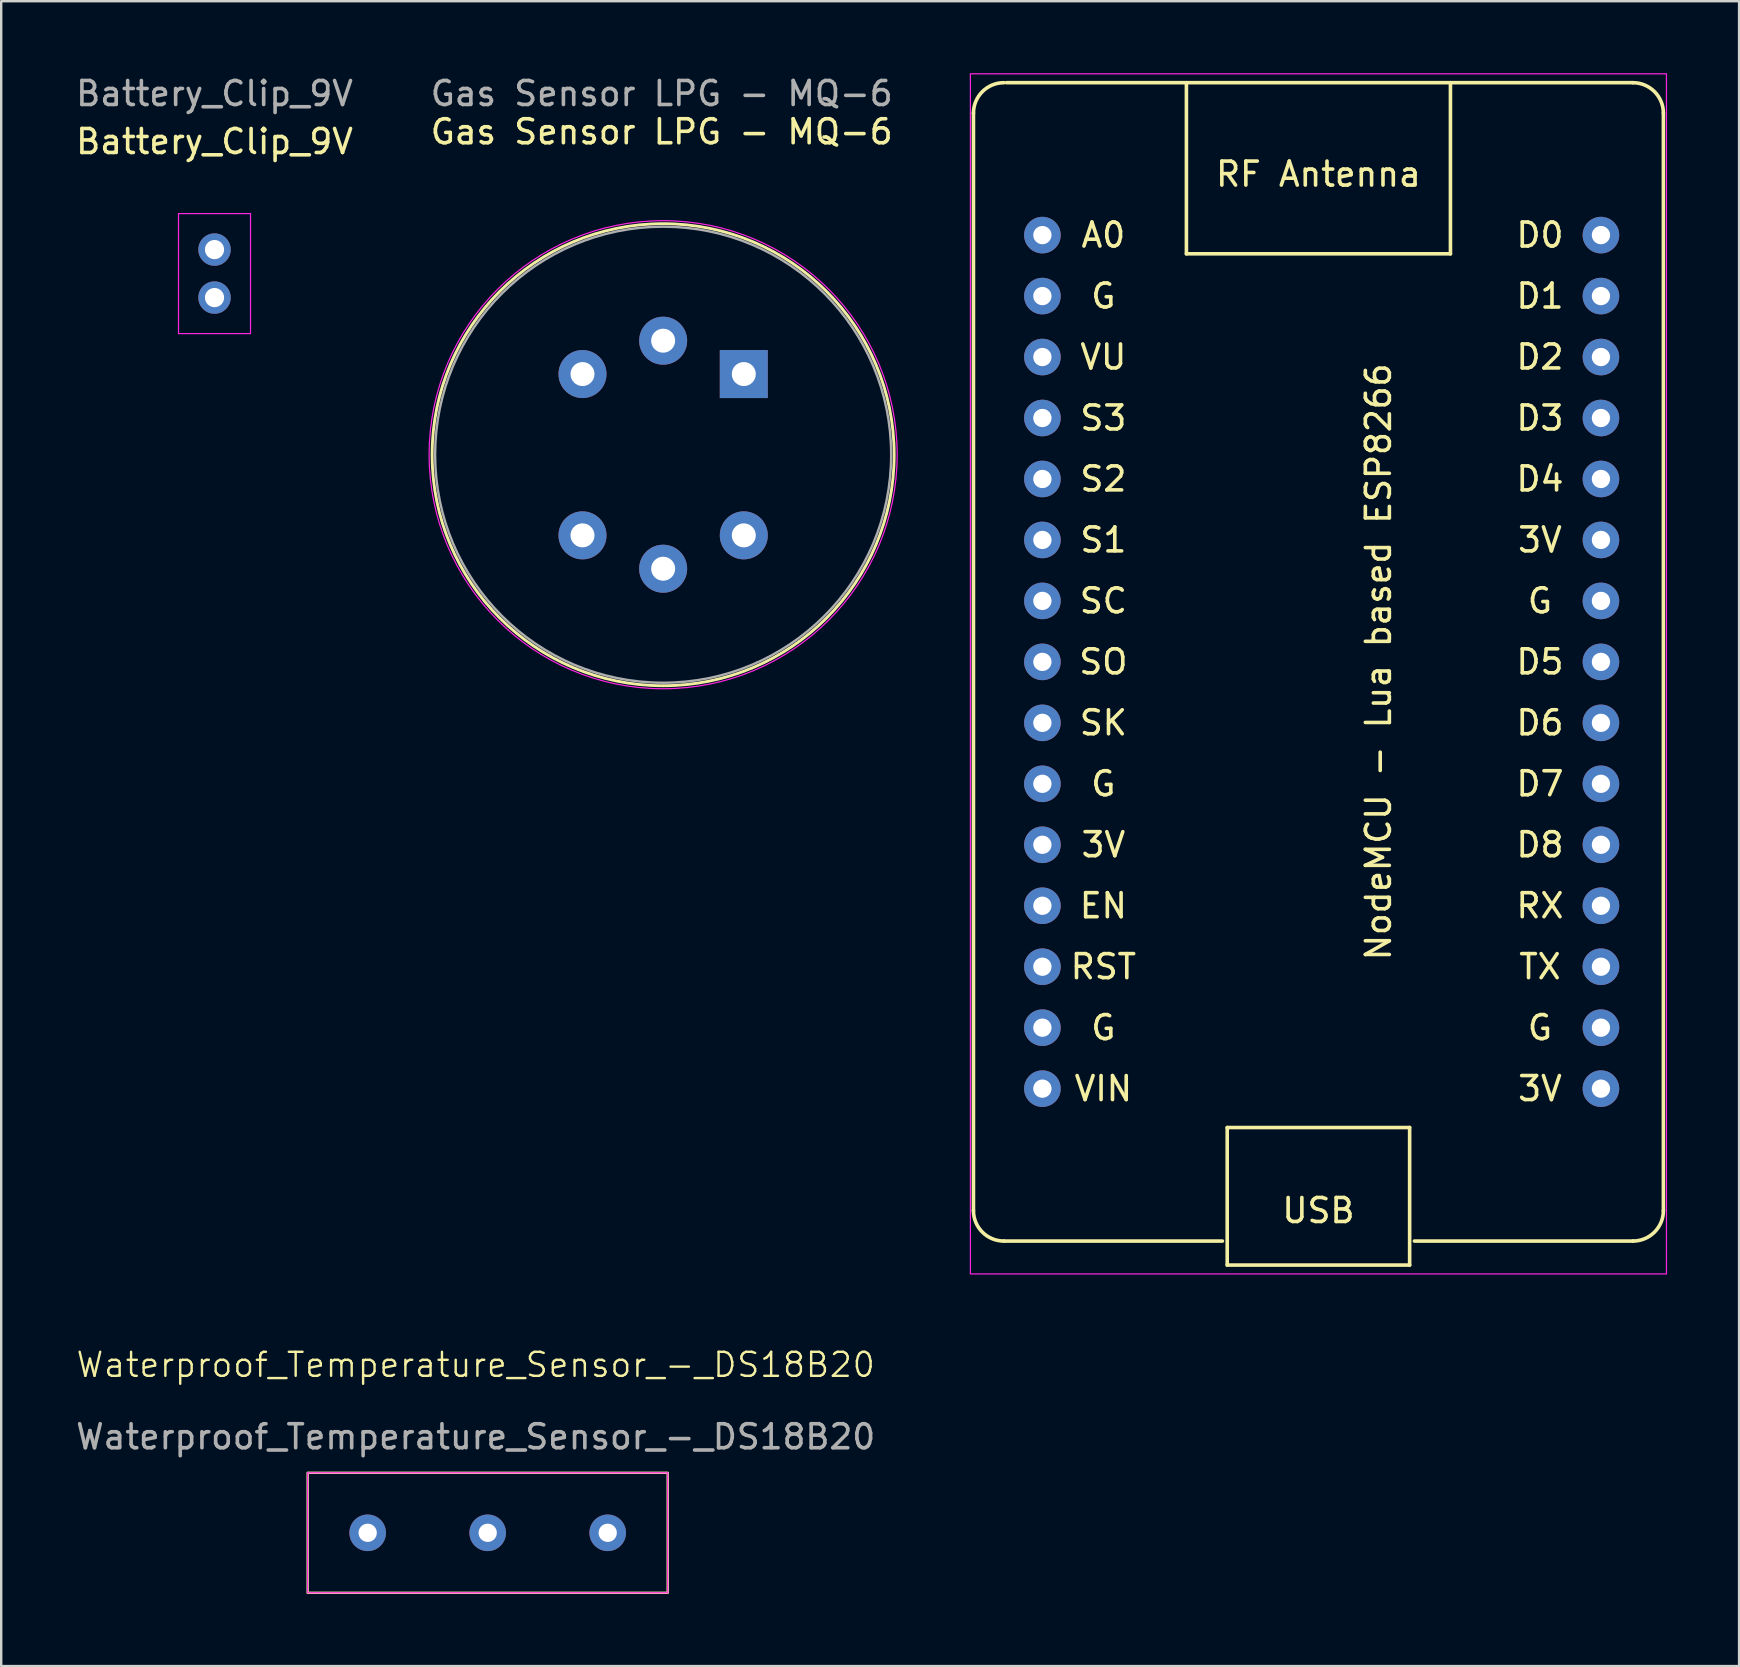
<source format=kicad_pcb>
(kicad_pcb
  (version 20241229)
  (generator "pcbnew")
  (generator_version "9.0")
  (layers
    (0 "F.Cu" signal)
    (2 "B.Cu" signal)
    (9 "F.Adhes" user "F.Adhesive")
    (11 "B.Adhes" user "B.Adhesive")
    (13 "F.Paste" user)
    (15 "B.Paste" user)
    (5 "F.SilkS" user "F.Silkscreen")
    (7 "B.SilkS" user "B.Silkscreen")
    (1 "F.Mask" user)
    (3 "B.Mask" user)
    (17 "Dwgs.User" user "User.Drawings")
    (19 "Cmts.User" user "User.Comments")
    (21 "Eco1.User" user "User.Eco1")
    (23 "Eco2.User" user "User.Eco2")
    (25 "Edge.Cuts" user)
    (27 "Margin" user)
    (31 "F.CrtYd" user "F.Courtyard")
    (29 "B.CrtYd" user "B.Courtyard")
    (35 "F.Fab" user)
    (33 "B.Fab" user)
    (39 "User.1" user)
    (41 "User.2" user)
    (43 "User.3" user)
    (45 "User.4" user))
  (footprint "NodeMCU - Lua based ESP8266"
    (layer "F.Cu")
    (at 51.878 24.525)
    (property "Reference" "NodeMCU - Lua based ESP8266" (at 2.5 0 90) (layer "F.SilkS") (effects (font (size 1 1) (thickness 0.15))))
    (attr through_hole)
    (fp_line (start -14.372 -22.86) (end -14.372 22.86) (stroke (width 0.15) (type solid)) (layer "F.SilkS"))
    (fp_line (start -5.5 -17) (end -5.5 -24.13) (stroke (width 0.15) (type solid)) (layer "F.SilkS"))
    (fp_line (start -4 24.13) (end -13.102 24.13) (stroke (width 0.15) (type solid)) (layer "F.SilkS"))
    (fp_line (start -3.8 19.4) (end 3.8 19.4) (stroke (width 0.15) (type solid)) (layer "F.SilkS"))
    (fp_line (start -3.8 25.13) (end -3.8 19.4) (stroke (width 0.15) (type solid)) (layer "F.SilkS"))
    (fp_line (start 3.8 19.4) (end 3.8 25.13) (stroke (width 0.15) (type solid)) (layer "F.SilkS"))
    (fp_line (start 3.8 25.13) (end -3.8 25.13) (stroke (width 0.15) (type solid)) (layer "F.SilkS"))
    (fp_line (start 5.5 -24.13) (end 5.5 -17) (stroke (width 0.15) (type solid)) (layer "F.SilkS"))
    (fp_line (start 5.5 -17) (end -5.5 -17) (stroke (width 0.15) (type solid)) (layer "F.SilkS"))
    (fp_line (start 13.102 -24.13) (end -13 -24.13) (stroke (width 0.15) (type solid)) (layer "F.SilkS"))
    (fp_line (start 13.112 24.13) (end 4 24.13) (stroke (width 0.15) (type solid)) (layer "F.SilkS"))
    (fp_line (start 14.372 -22.86) (end 14.372 22.86) (stroke (width 0.15) (type solid)) (layer "F.SilkS"))
    (fp_arc (start -14.371974 -22.86) (mid -14 -23.758026) (end -13.101974 -24.13) (stroke (width 0.15) (type solid)) (layer "F.SilkS"))
    (fp_arc (start -13.101974 24.13) (mid -14 23.758026) (end -14.371974 22.86) (stroke (width 0.15) (type solid)) (layer "F.SilkS"))
    (fp_arc (start 13.101974 -24.13) (mid 14.000003 -23.758029) (end 14.371974 -22.86) (stroke (width 0.15) (type solid)) (layer "F.SilkS"))
    (fp_arc (start 14.371974 22.86) (mid 14.000003 23.758029) (end 13.101974 24.13) (stroke (width 0.15) (type solid)) (layer "F.SilkS"))
    (fp_rect (start -14.5 -24.5) (end 14.5 25.5) (stroke (width 0.05) (type default)) (fill no) (layer "F.CrtYd"))
    (fp_text user "3V" (at 9.23 17.78 0) (layer "F.SilkS") (effects (font (size 1 1) (thickness 0.15))))
    (fp_text user "D2" (at 9.23 -12.7 0) (layer "F.SilkS") (effects (font (size 1 1) (thickness 0.15))))
    (fp_text user "TX" (at 9.23 12.7 0) (layer "F.SilkS") (effects (font (size 1 1) (thickness 0.15))))
    (fp_text user "VU" (at -8.96 -12.7 0) (layer "F.SilkS") (effects (font (size 1 1) (thickness 0.15))))
    (fp_text user "RF Antenna" (at 0 -20.32 0) (layer "F.SilkS") (effects (font (size 1 1) (thickness 0.15))))
    (fp_text user "G" (at 9.23 -2.54 0) (layer "F.SilkS") (effects (font (size 1 1) (thickness 0.15))))
    (fp_text user "3V" (at -8.96 7.62 0) (layer "F.SilkS") (effects (font (size 1 1) (thickness 0.15))))
    (fp_text user "SK" (at -8.96 2.54 0) (layer "F.SilkS") (effects (font (size 1 1) (thickness 0.15))))
    (fp_text user "G" (at -8.96 15.24 0) (layer "F.SilkS") (effects (font (size 1 1) (thickness 0.15))))
    (fp_text user "A0" (at -8.96 -17.78 0) (layer "F.SilkS") (effects (font (size 1 1) (thickness 0.15))))
    (fp_text user "G" (at -8.96 -15.24 0) (layer "F.SilkS") (effects (font (size 1 1) (thickness 0.15))))
    (fp_text user "SC" (at -8.96 -2.54 0) (layer "F.SilkS") (effects (font (size 1 1) (thickness 0.15))))
    (fp_text user "RX" (at 9.23 10.16 0) (layer "F.SilkS") (effects (font (size 1 1) (thickness 0.15))))
    (fp_text user "VIN" (at -8.96 17.78 0) (layer "F.SilkS") (effects (font (size 1 1) (thickness 0.15))))
    (fp_text user "USB" (at 0 22.86 0) (layer "F.SilkS") (effects (font (size 1 1) (thickness 0.15))))
    (fp_text user "D5" (at 9.23 0 0) (layer "F.SilkS") (effects (font (size 1 1) (thickness 0.15))))
    (fp_text user "EN" (at -8.96 10.16 0) (layer "F.SilkS") (effects (font (size 1 1) (thickness 0.15))))
    (fp_text user "S2" (at -8.96 -7.62 0) (layer "F.SilkS") (effects (font (size 1 1) (thickness 0.15))))
    (fp_text user "S1" (at -8.96 -5.08 0) (layer "F.SilkS") (effects (font (size 1 1) (thickness 0.15))))
    (fp_text user "D8" (at 9.23 7.62 0) (layer "F.SilkS") (effects (font (size 1 1) (thickness 0.15))))
    (fp_text user "D4" (at 9.23 -7.62 0) (layer "F.SilkS") (effects (font (size 1 1) (thickness 0.15))))
    (fp_text user "D0" (at 9.23 -17.78 0) (layer "F.SilkS") (effects (font (size 1 1) (thickness 0.15))))
    (fp_text user "D6" (at 9.23 2.54 0) (layer "F.SilkS") (effects (font (size 1 1) (thickness 0.15))))
    (fp_text user "D3" (at 9.23 -10.16 0) (layer "F.SilkS") (effects (font (size 1 1) (thickness 0.15))))
    (fp_text user "D1" (at 9.23 -15.24 0) (layer "F.SilkS") (effects (font (size 1 1) (thickness 0.15))))
    (fp_text user "RST" (at -8.96 12.7 0) (layer "F.SilkS") (effects (font (size 1 1) (thickness 0.15))))
    (fp_text user "S3" (at -8.96 -10.16 0) (layer "F.SilkS") (effects (font (size 1 1) (thickness 0.15))))
    (fp_text user "SO" (at -8.96 0 0) (layer "F.SilkS") (effects (font (size 1 1) (thickness 0.15))))
    (fp_text user "G" (at -8.96 5.08 0) (layer "F.SilkS") (effects (font (size 1 1) (thickness 0.15))))
    (fp_text user "G" (at 9.23 15.24 0) (layer "F.SilkS") (effects (font (size 1 1) (thickness 0.15))))
    (fp_text user "3V" (at 9.23 -5.08 0) (layer "F.SilkS") (effects (font (size 1 1) (thickness 0.15))))
    (fp_text user "D7" (at 9.23 5.08 0) (layer "F.SilkS") (effects (font (size 1 1) (thickness 0.15))))
    (pad "1" thru_hole circle (at -11.5 -17.78) (size 1.524 1.524) (drill 0.762) (layers "*.Cu" "*.Mask"))
    (pad "2" thru_hole circle (at -11.5 -15.24) (size 1.524 1.524) (drill 0.762) (layers "*.Cu" "*.Mask"))
    (pad "3" thru_hole circle (at -11.5 -12.7) (size 1.524 1.524) (drill 0.762) (layers "*.Cu" "*.Mask"))
    (pad "4" thru_hole circle (at -11.5 -10.16) (size 1.524 1.524) (drill 0.762) (layers "*.Cu" "*.Mask"))
    (pad "5" thru_hole circle (at -11.5 -7.62) (size 1.524 1.524) (drill 0.762) (layers "*.Cu" "*.Mask"))
    (pad "6" thru_hole circle (at -11.5 -5.08) (size 1.524 1.524) (drill 0.762) (layers "*.Cu" "*.Mask"))
    (pad "7" thru_hole circle (at -11.5 -2.54) (size 1.524 1.524) (drill 0.762) (layers "*.Cu" "*.Mask"))
    (pad "8" thru_hole circle (at -11.5 0) (size 1.524 1.524) (drill 0.762) (layers "*.Cu" "*.Mask"))
    (pad "9" thru_hole circle (at -11.5 2.54) (size 1.524 1.524) (drill 0.762) (layers "*.Cu" "*.Mask"))
    (pad "10" thru_hole circle (at -11.5 5.08) (size 1.524 1.524) (drill 0.762) (layers "*.Cu" "*.Mask"))
    (pad "11" thru_hole circle (at -11.5 7.62) (size 1.524 1.524) (drill 0.762) (layers "*.Cu" "*.Mask"))
    (pad "12" thru_hole circle (at -11.5 10.16) (size 1.524 1.524) (drill 0.762) (layers "*.Cu" "*.Mask"))
    (pad "13" thru_hole circle (at -11.5 12.7) (size 1.524 1.524) (drill 0.762) (layers "*.Cu" "*.Mask"))
    (pad "14" thru_hole circle (at -11.5 15.24) (size 1.524 1.524) (drill 0.762) (layers "*.Cu" "*.Mask"))
    (pad "15" thru_hole circle (at -11.5 17.78) (size 1.524 1.524) (drill 0.762) (layers "*.Cu" "*.Mask"))
    (pad "16" thru_hole circle (at 11.77 17.78) (size 1.524 1.524) (drill 0.762) (layers "*.Cu" "*.Mask"))
    (pad "17" thru_hole circle (at 11.77 15.24) (size 1.524 1.524) (drill 0.762) (layers "*.Cu" "*.Mask"))
    (pad "18" thru_hole circle (at 11.77 12.7) (size 1.524 1.524) (drill 0.762) (layers "*.Cu" "*.Mask"))
    (pad "19" thru_hole circle (at 11.77 10.16) (size 1.524 1.524) (drill 0.762) (layers "*.Cu" "*.Mask"))
    (pad "20" thru_hole circle (at 11.77 7.62) (size 1.524 1.524) (drill 0.762) (layers "*.Cu" "*.Mask"))
    (pad "21" thru_hole circle (at 11.77 5.08) (size 1.524 1.524) (drill 0.762) (layers "*.Cu" "*.Mask"))
    (pad "22" thru_hole circle (at 11.77 2.54) (size 1.524 1.524) (drill 0.762) (layers "*.Cu" "*.Mask"))
    (pad "23" thru_hole circle (at 11.77 0) (size 1.524 1.524) (drill 0.762) (layers "*.Cu" "*.Mask"))
    (pad "24" thru_hole circle (at 11.77 -2.54) (size 1.524 1.524) (drill 0.762) (layers "*.Cu" "*.Mask"))
    (pad "25" thru_hole circle (at 11.77 -5.08) (size 1.524 1.524) (drill 0.762) (layers "*.Cu" "*.Mask"))
    (pad "26" thru_hole circle (at 11.77 -7.62) (size 1.524 1.524) (drill 0.762) (layers "*.Cu" "*.Mask"))
    (pad "27" thru_hole circle (at 11.77 -10.16) (size 1.524 1.524) (drill 0.762) (layers "*.Cu" "*.Mask"))
    (pad "28" thru_hole circle (at 11.77 -12.7) (size 1.524 1.524) (drill 0.762) (layers "*.Cu" "*.Mask"))
    (pad "29" thru_hole circle (at 11.77 -15.24) (size 1.524 1.524) (drill 0.762) (layers "*.Cu" "*.Mask"))
    (pad "30" thru_hole circle (at 11.77 -17.78) (size 1.524 1.524) (drill 0.762) (layers "*.Cu" "*.Mask")))
  (footprint "Gas Sensor LPG - MQ-6"
    (layer "F.Cu")
    (at 24.518 15.941)
    (property "Reference" "Gas Sensor LPG - MQ-6" (at 0 -13.5 180) (layer "F.SilkS") (effects (font (size 1 1) (thickness 0.15))))
    (attr through_hole)
    (fp_circle (center 0.06 -0.047) (end 9.685 -0.047) (stroke (width 0.12) (type solid)) (fill no) (layer "F.SilkS"))
    (fp_circle (center 0.06 -0.047) (end 9.81 -0.047) (stroke (width 0.05) (type solid)) (fill no) (layer "F.CrtYd"))
    (fp_circle (center 0.06 -0.047) (end 9.56 -0.047) (stroke (width 0.1) (type solid)) (fill no) (layer "F.Fab"))
    (fp_text user "${REFERENCE}" (at 0 -15.093 180) (layer "F.Fab") (effects (font (size 1 1) (thickness 0.15))))
    (pad "1" thru_hole circle (at -3.3 -3.407) (size 2 2) (drill 1) (layers "*.Cu" "*.Mask"))
    (pad "2" thru_hole circle (at 0.06 -4.797 270) (size 2 2) (drill 1) (layers "*.Cu" "*.Mask"))
    (pad "3" thru_hole rect (at 3.42 -3.407 270) (size 2 2) (drill 1) (layers "*.Cu" "*.Mask"))
    (pad "4" thru_hole circle (at 3.42 3.313 180) (size 2 2) (drill 1) (layers "*.Cu" "*.Mask"))
    (pad "5" thru_hole circle (at 0.06 4.703 270) (size 2 2) (drill 1) (layers "*.Cu" "*.Mask"))
    (pad "6" thru_hole circle (at -3.3 3.313 90) (size 2 2) (drill 1) (layers "*.Cu" "*.Mask")))
  (footprint "Waterproof_Temperature_Sensor_-_DS18B20"
    (layer "F.Cu")
    (at 16.768 54.31)
    (property "Reference" "Waterproof_Temperature_Sensor_-_DS18B20" (at 0 -0.5 0) (unlocked yes) (layer "F.SilkS") (effects (font (size 1 1) (thickness 0.1))))
    (attr through_hole)
    (fp_rect (start -7 4) (end 8 9) (stroke (width 0.1) (type default)) (fill no) (layer "F.SilkS"))
    (fp_rect (start -7 4) (end 8 9) (stroke (width 0.05) (type default)) (fill no) (layer "F.CrtYd"))
    (fp_text user "${REFERENCE}" (at 0 2.5 0) (unlocked yes) (layer "F.Fab") (effects (font (size 1 1) (thickness 0.15))))
    (pad "1" thru_hole circle (at -4.5 6.5) (size 1.524 1.524) (drill 0.762) (layers "*.Cu" "*.Mask"))
    (pad "2" thru_hole circle (at 0.5 6.5) (size 1.524 1.524) (drill 0.762) (layers "*.Cu" "*.Mask"))
    (pad "3" thru_hole circle (at 5.5 6.5) (size 1.524 1.524) (drill 0.762) (layers "*.Cu" "*.Mask")))
  (footprint "Battery_Clip_9V"
    (layer "F.Cu")
    (at 5.887 7.848)
    (property "Reference" "Battery_Clip_9V" (at 0 -5 0) (layer "F.SilkS") (effects (font (size 1 1) (thickness 0.15))))
    (attr through_hole)
    (fp_line (start -1.5 -2) (end -1.5 3) (stroke (width 0.05) (type solid)) (layer "F.CrtYd"))
    (fp_line (start -1.5 3) (end 1.5 3) (stroke (width 0.05) (type solid)) (layer "F.CrtYd"))
    (fp_line (start 1.5 -2) (end -1.5 -2) (stroke (width 0.05) (type solid)) (layer "F.CrtYd"))
    (fp_line (start 1.5 3) (end 1.5 -2) (stroke (width 0.05) (type solid)) (layer "F.CrtYd"))
    (fp_text user "${REFERENCE}" (at 0 -7 180) (layer "F.Fab") (effects (font (size 1 1) (thickness 0.15))))
    (pad "+" thru_hole oval (at 0 -0.5) (size 1.35 1.35) (drill 0.8) (layers "*.Cu" "*.Mask"))
    (pad "-" thru_hole oval (at 0 1.5) (size 1.35 1.35) (drill 0.8) (layers "*.Cu" "*.Mask")))
  (gr_rect
    (start -3 -3)
    (end 69.403 66.361)
    (stroke (width 0.1) (type default))
    (fill no)
    (layer "Edge.Cuts")))
</source>
